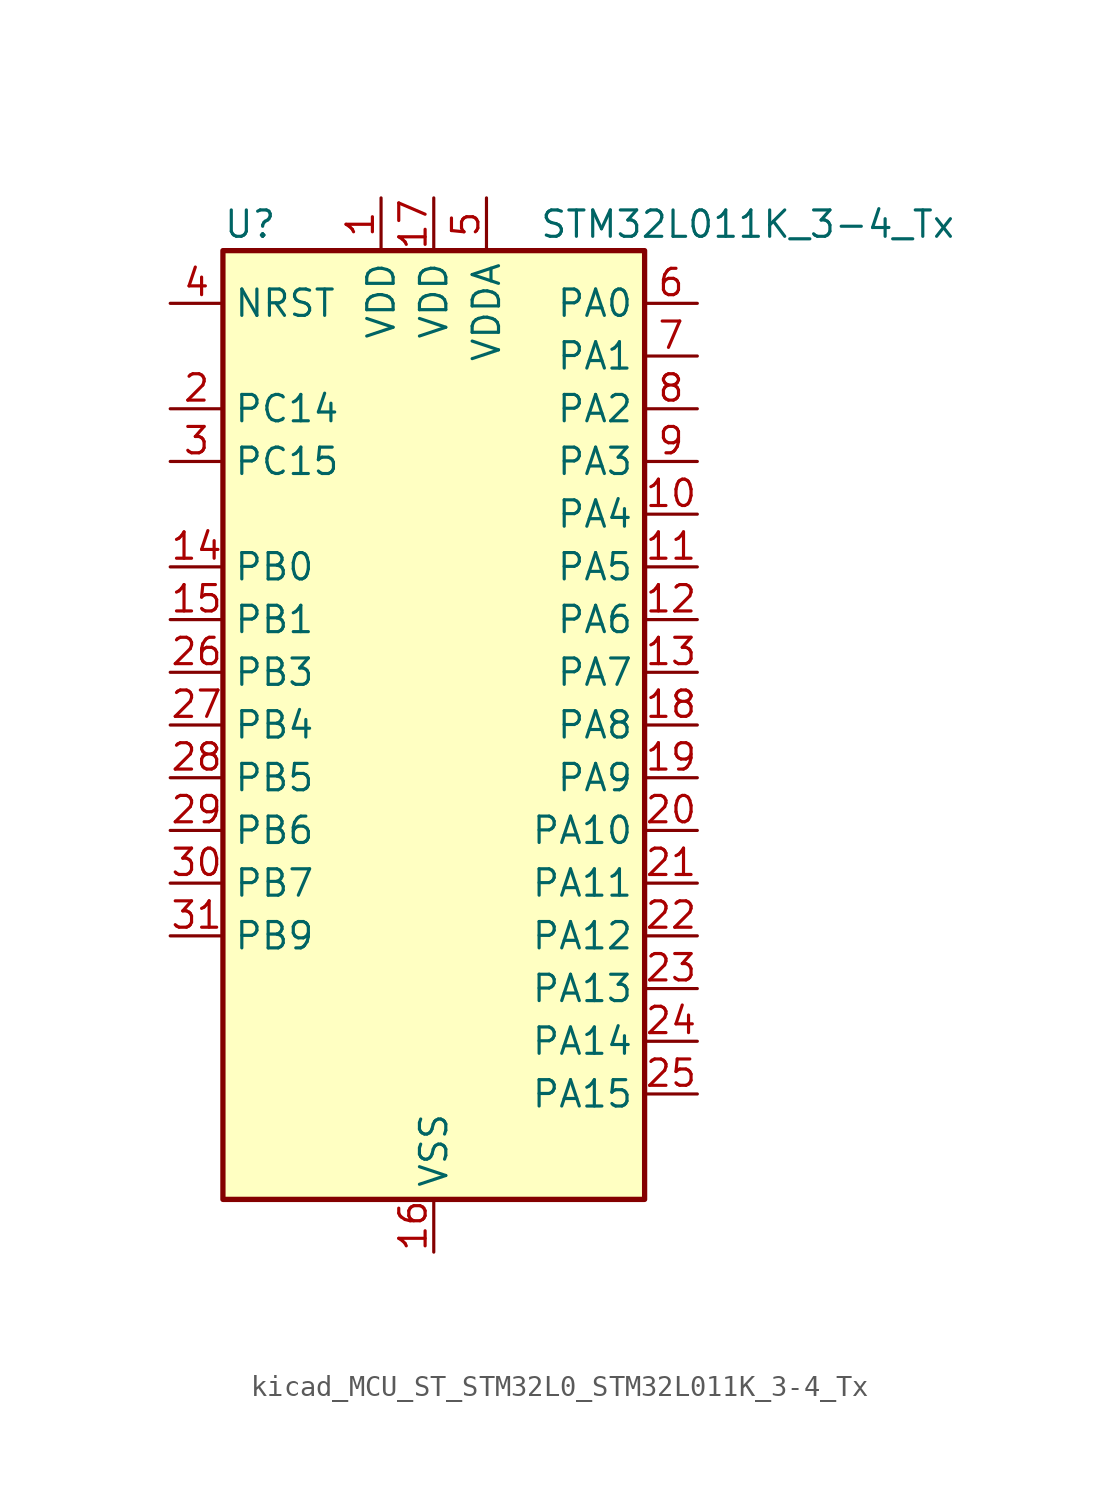
<source format=kicad_sym>
(kicad_symbol_lib
  (version 20220914)
  (generator kicad_symbol_editor)
  (symbol "kicad_MCU_ST_STM32L0_STM32L011K_3-4_Tx"
    (property "Reference" "U"
      (at -10.16 24.13 0)
      (effects (font (size 1.27 1.27)) (justify left)))
    (property "Value" "STM32L011K_3-4_Tx"
      (at 5.08 24.13 0)
      (effects (font (size 1.27 1.27)) (justify left)))
    (property "ki_locked" ""
      (at 0 0 0)
      (effects (font (size 1.27 1.27))))
    (symbol "kicad_MCU_ST_STM32L0_STM32L011K_3-4_Tx_0_1"
      (rectangle (start -10.16 -22.86) (end 10.16 22.86) (stroke (width 0.254) (type default)) (fill (type background))))
    (symbol "kicad_MCU_ST_STM32L0_STM32L011K_3-4_Tx_1_1"
      (pin power_in line (at -2.54 25.4 270) (length 2.54) (name "VDD" (effects (font (size 1.27 1.27)))) (number "1" (effects (font (size 1.27 1.27)))))
      (pin bidirectional line (at 12.7 10.16 180) (length 2.54) (name "PA4" (effects (font (size 1.27 1.27)))) (number "10" (effects (font (size 1.27 1.27)))) (alternate "ADC_IN4" bidirectional line) (alternate "COMP1_INM" bidirectional line) (alternate "COMP2_INM" bidirectional line) (alternate "COMP2_OUT" bidirectional line) (alternate "I2C1_SCL" bidirectional line) (alternate "LPTIM1_ETR" bidirectional line) (alternate "LPTIM1_IN1" bidirectional line) (alternate "LPUART1_TX" bidirectional line) (alternate "SPI1_NSS" bidirectional line) (alternate "TIM2_ETR" bidirectional line) (alternate "USART2_CK" bidirectional line))
      (pin bidirectional line (at 12.7 7.62 180) (length 2.54) (name "PA5" (effects (font (size 1.27 1.27)))) (number "11" (effects (font (size 1.27 1.27)))) (alternate "ADC_IN5" bidirectional line) (alternate "COMP1_INM" bidirectional line) (alternate "COMP2_INM" bidirectional line) (alternate "LPTIM1_IN2" bidirectional line) (alternate "SPI1_SCK" bidirectional line) (alternate "TIM2_CH1" bidirectional line) (alternate "TIM2_ETR" bidirectional line))
      (pin bidirectional line (at 12.7 5.08 180) (length 2.54) (name "PA6" (effects (font (size 1.27 1.27)))) (number "12" (effects (font (size 1.27 1.27)))) (alternate "ADC_IN6" bidirectional line) (alternate "COMP1_OUT" bidirectional line) (alternate "LPTIM1_ETR" bidirectional line) (alternate "LPUART1_CTS" bidirectional line) (alternate "SPI1_MISO" bidirectional line))
      (pin bidirectional line (at 12.7 2.54 180) (length 2.54) (name "PA7" (effects (font (size 1.27 1.27)))) (number "13" (effects (font (size 1.27 1.27)))) (alternate "ADC_IN7" bidirectional line) (alternate "COMP2_INP" bidirectional line) (alternate "COMP2_OUT" bidirectional line) (alternate "LPTIM1_OUT" bidirectional line) (alternate "SPI1_MOSI" bidirectional line) (alternate "TIM21_ETR" bidirectional line) (alternate "USART2_CTS" bidirectional line))
      (pin bidirectional line (at -12.7 7.62 0) (length 2.54) (name "PB0" (effects (font (size 1.27 1.27)))) (number "14" (effects (font (size 1.27 1.27)))) (alternate "ADC_IN8" bidirectional line) (alternate "SPI1_MISO" bidirectional line) (alternate "SYS_VREF_OUT_PB0" bidirectional line) (alternate "TIM2_CH2" bidirectional line) (alternate "TIM2_CH3" bidirectional line) (alternate "USART2_DE" bidirectional line) (alternate "USART2_RTS" bidirectional line))
      (pin bidirectional line (at -12.7 5.08 0) (length 2.54) (name "PB1" (effects (font (size 1.27 1.27)))) (number "15" (effects (font (size 1.27 1.27)))) (alternate "ADC_IN9" bidirectional line) (alternate "LPTIM1_IN1" bidirectional line) (alternate "LPUART1_DE" bidirectional line) (alternate "LPUART1_RTS" bidirectional line) (alternate "SPI1_MOSI" bidirectional line) (alternate "SYS_VREF_OUT_PB1" bidirectional line) (alternate "TIM2_CH4" bidirectional line) (alternate "USART2_CK" bidirectional line))
      (pin power_in line (at 0 -25.4 90) (length 2.54) (name "VSS" (effects (font (size 1.27 1.27)))) (number "16" (effects (font (size 1.27 1.27)))))
      (pin power_in line (at 0 25.4 270) (length 2.54) (name "VDD" (effects (font (size 1.27 1.27)))) (number "17" (effects (font (size 1.27 1.27)))))
      (pin bidirectional line (at 12.7 0 180) (length 2.54) (name "PA8" (effects (font (size 1.27 1.27)))) (number "18" (effects (font (size 1.27 1.27)))) (alternate "LPTIM1_IN1" bidirectional line) (alternate "RCC_MCO" bidirectional line) (alternate "TIM2_CH1" bidirectional line) (alternate "USART2_CK" bidirectional line))
      (pin bidirectional line (at 12.7 -2.54 180) (length 2.54) (name "PA9" (effects (font (size 1.27 1.27)))) (number "19" (effects (font (size 1.27 1.27)))) (alternate "COMP1_OUT" bidirectional line) (alternate "I2C1_SCL" bidirectional line) (alternate "LPTIM1_OUT" bidirectional line) (alternate "RCC_MCO" bidirectional line) (alternate "TIM21_CH2" bidirectional line) (alternate "USART2_TX" bidirectional line))
      (pin bidirectional line (at -12.7 15.24 0) (length 2.54) (name "PC14" (effects (font (size 1.27 1.27)))) (number "2" (effects (font (size 1.27 1.27)))) (alternate "RCC_OSC32_IN" bidirectional line))
      (pin bidirectional line (at 12.7 -5.08 180) (length 2.54) (name "PA10" (effects (font (size 1.27 1.27)))) (number "20" (effects (font (size 1.27 1.27)))) (alternate "COMP1_OUT" bidirectional line) (alternate "I2C1_SDA" bidirectional line) (alternate "RTC_REFIN" bidirectional line) (alternate "TIM21_CH1" bidirectional line) (alternate "TIM2_CH3" bidirectional line) (alternate "USART2_RX" bidirectional line))
      (pin bidirectional line (at 12.7 -7.62 180) (length 2.54) (name "PA11" (effects (font (size 1.27 1.27)))) (number "21" (effects (font (size 1.27 1.27)))) (alternate "ADC_EXTI11" bidirectional line) (alternate "COMP1_OUT" bidirectional line) (alternate "LPTIM1_OUT" bidirectional line) (alternate "SPI1_MISO" bidirectional line) (alternate "TIM21_CH2" bidirectional line) (alternate "USART2_CTS" bidirectional line))
      (pin bidirectional line (at 12.7 -10.16 180) (length 2.54) (name "PA12" (effects (font (size 1.27 1.27)))) (number "22" (effects (font (size 1.27 1.27)))) (alternate "COMP2_OUT" bidirectional line) (alternate "SPI1_MOSI" bidirectional line) (alternate "USART2_DE" bidirectional line) (alternate "USART2_RTS" bidirectional line))
      (pin bidirectional line (at 12.7 -12.7 180) (length 2.54) (name "PA13" (effects (font (size 1.27 1.27)))) (number "23" (effects (font (size 1.27 1.27)))) (alternate "COMP1_OUT" bidirectional line) (alternate "I2C1_SDA" bidirectional line) (alternate "LPTIM1_ETR" bidirectional line) (alternate "LPUART1_RX" bidirectional line) (alternate "SPI1_SCK" bidirectional line) (alternate "SYS_SWDIO" bidirectional line))
      (pin bidirectional line (at 12.7 -15.24 180) (length 2.54) (name "PA14" (effects (font (size 1.27 1.27)))) (number "24" (effects (font (size 1.27 1.27)))) (alternate "COMP2_OUT" bidirectional line) (alternate "I2C1_SMBA" bidirectional line) (alternate "LPTIM1_OUT" bidirectional line) (alternate "LPUART1_TX" bidirectional line) (alternate "SPI1_MISO" bidirectional line) (alternate "SYS_SWCLK" bidirectional line) (alternate "USART2_TX" bidirectional line))
      (pin bidirectional line (at 12.7 -17.78 180) (length 2.54) (name "PA15" (effects (font (size 1.27 1.27)))) (number "25" (effects (font (size 1.27 1.27)))) (alternate "SPI1_NSS" bidirectional line) (alternate "TIM2_CH1" bidirectional line) (alternate "TIM2_ETR" bidirectional line) (alternate "USART2_RX" bidirectional line))
      (pin bidirectional line (at -12.7 2.54 0) (length 2.54) (name "PB3" (effects (font (size 1.27 1.27)))) (number "26" (effects (font (size 1.27 1.27)))) (alternate "COMP2_INM" bidirectional line) (alternate "SPI1_SCK" bidirectional line) (alternate "TIM2_CH2" bidirectional line))
      (pin bidirectional line (at -12.7 0 0) (length 2.54) (name "PB4" (effects (font (size 1.27 1.27)))) (number "27" (effects (font (size 1.27 1.27)))) (alternate "COMP2_INP" bidirectional line) (alternate "SPI1_MISO" bidirectional line))
      (pin bidirectional line (at -12.7 -2.54 0) (length 2.54) (name "PB5" (effects (font (size 1.27 1.27)))) (number "28" (effects (font (size 1.27 1.27)))) (alternate "COMP2_INP" bidirectional line) (alternate "I2C1_SMBA" bidirectional line) (alternate "LPTIM1_IN1" bidirectional line) (alternate "SPI1_MOSI" bidirectional line) (alternate "TIM21_CH1" bidirectional line))
      (pin bidirectional line (at -12.7 -5.08 0) (length 2.54) (name "PB6" (effects (font (size 1.27 1.27)))) (number "29" (effects (font (size 1.27 1.27)))) (alternate "COMP2_INP" bidirectional line) (alternate "I2C1_SCL" bidirectional line) (alternate "LPTIM1_ETR" bidirectional line) (alternate "LPUART1_TX" bidirectional line) (alternate "TIM2_CH3" bidirectional line) (alternate "USART2_TX" bidirectional line))
      (pin bidirectional line (at -12.7 12.7 0) (length 2.54) (name "PC15" (effects (font (size 1.27 1.27)))) (number "3" (effects (font (size 1.27 1.27)))) (alternate "RCC_OSC32_OUT" bidirectional line))
      (pin bidirectional line (at -12.7 -7.62 0) (length 2.54) (name "PB7" (effects (font (size 1.27 1.27)))) (number "30" (effects (font (size 1.27 1.27)))) (alternate "COMP2_INP" bidirectional line) (alternate "I2C1_SDA" bidirectional line) (alternate "LPTIM1_IN2" bidirectional line) (alternate "LPUART1_RX" bidirectional line) (alternate "SYS_PVD_IN" bidirectional line) (alternate "TIM2_CH4" bidirectional line) (alternate "USART2_RX" bidirectional line))
      (pin bidirectional line (at -12.7 -10.16 0) (length 2.54) (name "PB9" (effects (font (size 1.27 1.27)))) (number "31" (effects (font (size 1.27 1.27)))))
      (pin passive line (at 0 -25.4 90) (length 2.54) hide (name "VSS" (effects (font (size 1.27 1.27)))) (number "32" (effects (font (size 1.27 1.27)))))
      (pin input line (at -12.7 20.32 0) (length 2.54) (name "NRST" (effects (font (size 1.27 1.27)))) (number "4" (effects (font (size 1.27 1.27)))))
      (pin power_in line (at 2.54 25.4 270) (length 2.54) (name "VDDA" (effects (font (size 1.27 1.27)))) (number "5" (effects (font (size 1.27 1.27)))))
      (pin bidirectional line (at 12.7 20.32 180) (length 2.54) (name "PA0" (effects (font (size 1.27 1.27)))) (number "6" (effects (font (size 1.27 1.27)))) (alternate "ADC_IN0" bidirectional line) (alternate "COMP1_INM" bidirectional line) (alternate "COMP1_OUT" bidirectional line) (alternate "LPTIM1_IN1" bidirectional line) (alternate "LPUART1_RX" bidirectional line) (alternate "RCC_CK_IN" bidirectional line) (alternate "RTC_TAMP2" bidirectional line) (alternate "SYS_WKUP1" bidirectional line) (alternate "TIM2_CH1" bidirectional line) (alternate "TIM2_ETR" bidirectional line) (alternate "USART2_CTS" bidirectional line) (alternate "USART2_RX" bidirectional line))
      (pin bidirectional line (at 12.7 17.78 180) (length 2.54) (name "PA1" (effects (font (size 1.27 1.27)))) (number "7" (effects (font (size 1.27 1.27)))) (alternate "ADC_IN1" bidirectional line) (alternate "COMP1_INP" bidirectional line) (alternate "I2C1_SMBA" bidirectional line) (alternate "LPTIM1_IN2" bidirectional line) (alternate "LPUART1_TX" bidirectional line) (alternate "TIM21_ETR" bidirectional line) (alternate "TIM2_CH2" bidirectional line) (alternate "USART2_DE" bidirectional line) (alternate "USART2_RTS" bidirectional line))
      (pin bidirectional line (at 12.7 15.24 180) (length 2.54) (name "PA2" (effects (font (size 1.27 1.27)))) (number "8" (effects (font (size 1.27 1.27)))) (alternate "ADC_IN2" bidirectional line) (alternate "COMP2_INM" bidirectional line) (alternate "COMP2_OUT" bidirectional line) (alternate "LPUART1_TX" bidirectional line) (alternate "RTC_OUT_ALARM" bidirectional line) (alternate "RTC_OUT_CALIB" bidirectional line) (alternate "RTC_TAMP3" bidirectional line) (alternate "RTC_TS" bidirectional line) (alternate "SYS_WKUP3" bidirectional line) (alternate "TIM21_CH1" bidirectional line) (alternate "TIM2_CH3" bidirectional line) (alternate "USART2_TX" bidirectional line))
      (pin bidirectional line (at 12.7 12.7 180) (length 2.54) (name "PA3" (effects (font (size 1.27 1.27)))) (number "9" (effects (font (size 1.27 1.27)))) (alternate "ADC_IN3" bidirectional line) (alternate "COMP2_INP" bidirectional line) (alternate "LPUART1_RX" bidirectional line) (alternate "TIM21_CH2" bidirectional line) (alternate "TIM2_CH4" bidirectional line) (alternate "USART2_RX" bidirectional line)))))
</source>
